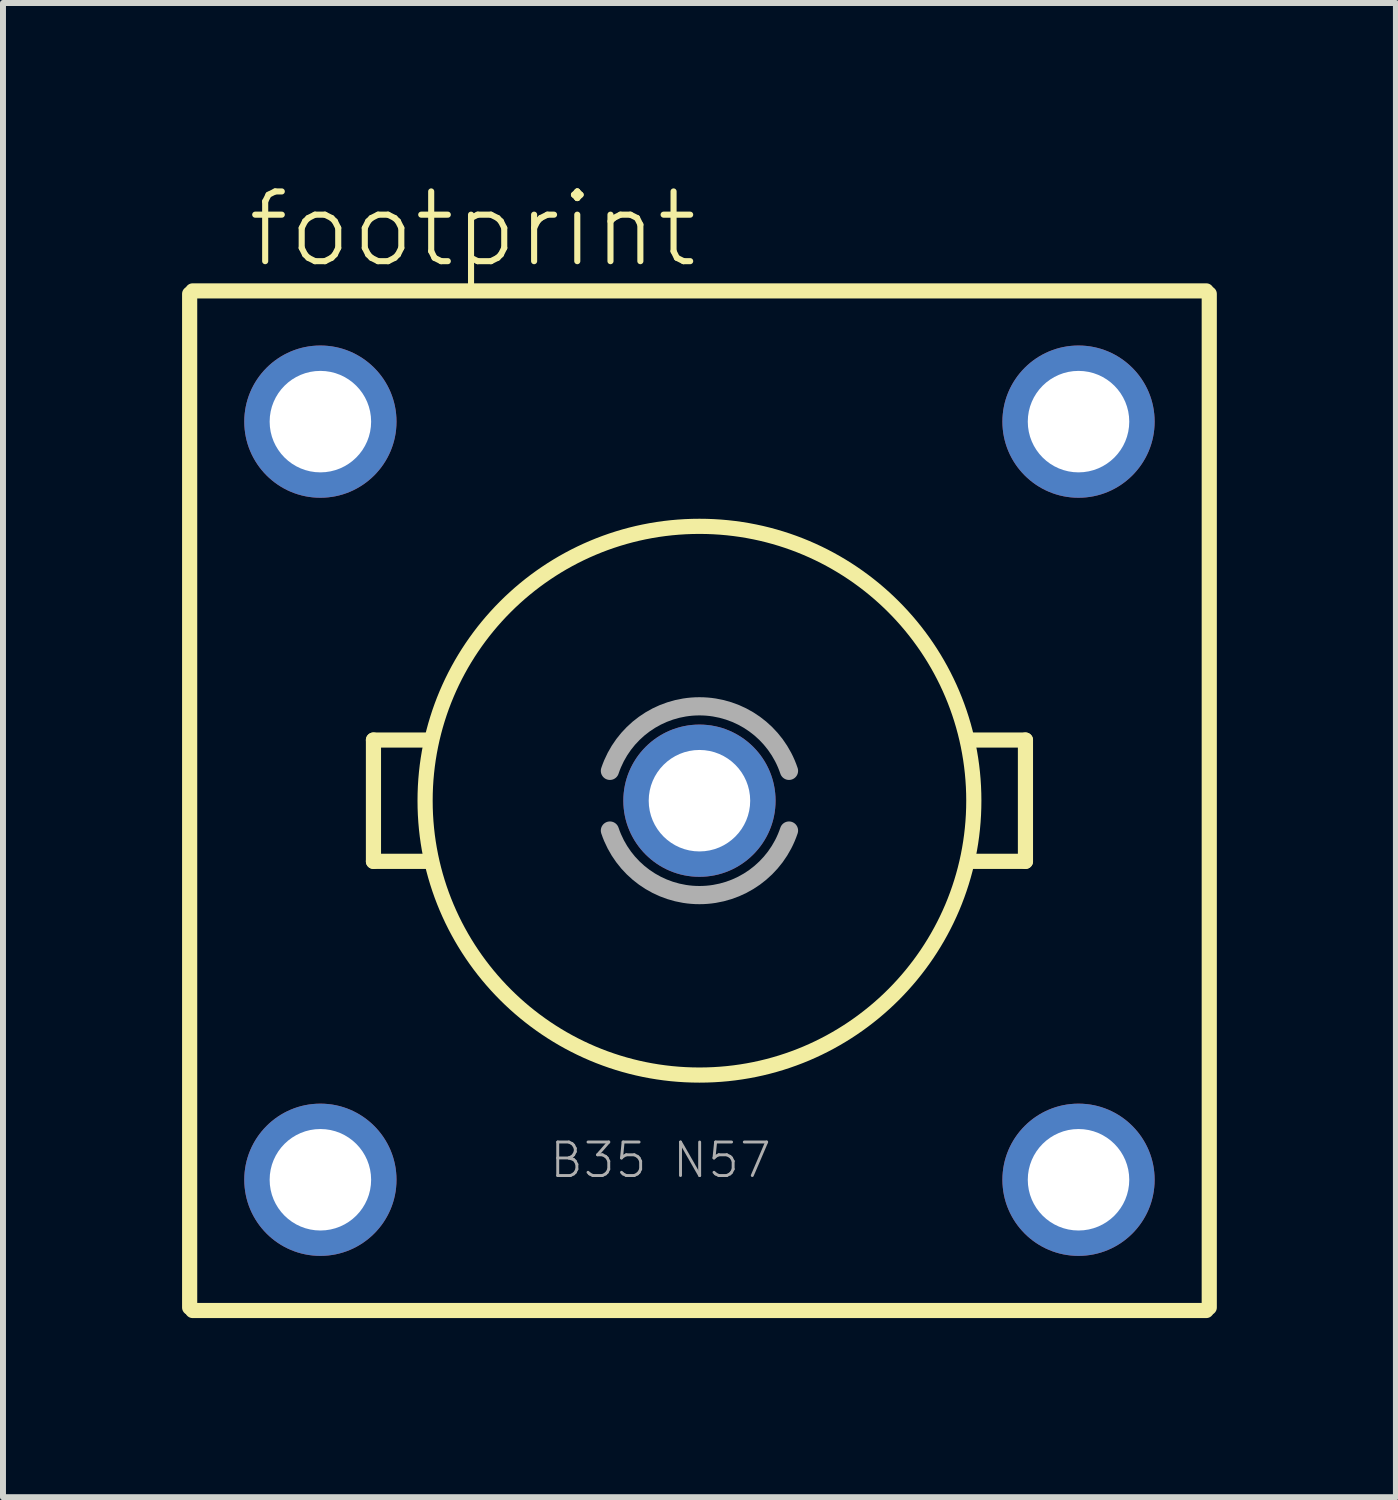
<source format=kicad_pcb>
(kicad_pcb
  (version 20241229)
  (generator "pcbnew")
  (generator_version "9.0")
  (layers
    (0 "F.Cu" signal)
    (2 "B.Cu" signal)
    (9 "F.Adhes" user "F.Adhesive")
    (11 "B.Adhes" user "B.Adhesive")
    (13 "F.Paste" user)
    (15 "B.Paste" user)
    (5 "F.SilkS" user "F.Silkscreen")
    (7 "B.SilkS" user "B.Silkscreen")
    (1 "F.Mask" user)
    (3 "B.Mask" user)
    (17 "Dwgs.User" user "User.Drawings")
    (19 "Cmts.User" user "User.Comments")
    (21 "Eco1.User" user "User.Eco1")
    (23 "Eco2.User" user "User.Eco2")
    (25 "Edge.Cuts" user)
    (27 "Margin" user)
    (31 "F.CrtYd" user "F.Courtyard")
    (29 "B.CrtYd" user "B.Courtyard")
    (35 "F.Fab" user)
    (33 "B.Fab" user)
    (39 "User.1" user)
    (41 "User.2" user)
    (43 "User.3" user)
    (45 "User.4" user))
  (footprint "footprint"
    (layer "F.Cu")
    (at 8.667 10.363)
    (property "Reference" "footprint" (at -7.62 -8.89 0) (layer "F.SilkS") (effects (font (size 1.168 1.168) (thickness 0.102)) (justify left bottom)))
    (fp_line (start -8.54 -8.49) (end -8.54 8.49) (stroke (width 0.254) (type solid)) (layer "F.SilkS"))
    (fp_line (start -8.49 8.54) (end 8.49 8.54) (stroke (width 0.254) (type solid)) (layer "F.SilkS"))
    (fp_line (start -5.461 -1.016) (end -5.461 1.016) (stroke (width 0.254) (type solid)) (layer "F.SilkS"))
    (fp_line (start -5.461 1.016) (end -4.572 1.016) (stroke (width 0.254) (type solid)) (layer "F.SilkS"))
    (fp_line (start -4.572 -1.016) (end -5.461 -1.016) (stroke (width 0.254) (type solid)) (layer "F.SilkS"))
    (fp_line (start 4.572 1.016) (end 5.461 1.016) (stroke (width 0.254) (type solid)) (layer "F.SilkS"))
    (fp_line (start 5.461 -1.016) (end 4.572 -1.016) (stroke (width 0.254) (type solid)) (layer "F.SilkS"))
    (fp_line (start 5.461 1.016) (end 5.461 -1.016) (stroke (width 0.254) (type solid)) (layer "F.SilkS"))
    (fp_line (start 8.49 -8.54) (end -8.49 -8.54) (stroke (width 0.254) (type solid)) (layer "F.SilkS"))
    (fp_line (start 8.54 8.49) (end 8.54 -8.49) (stroke (width 0.254) (type solid)) (layer "F.SilkS"))
    (fp_circle (center 0 0) (end 4.596 0) (stroke (width 0.254) (type solid)) (fill no) (layer "F.SilkS"))
    (fp_arc (start -1.5 -0.5) (mid 0 -1.581139) (end 1.5 -0.5) (stroke (width 0.3048) (type solid)) (layer "F.Fab"))
    (fp_arc (start 1.5 0.5) (mid 0 1.581139) (end -1.5 0.5) (stroke (width 0.3048) (type solid)) (layer "F.Fab"))
    (fp_text user "B35 N57" (at -2.54 6.35 0) (layer "F.Fab") (effects (font (size 0.561 0.561) (thickness 0.049)) (justify left bottom)))
    (pad "1" thru_hole circle (at 0 0) (size 2.55 2.55) (drill 1.7) (layers "*.Cu" "*.Mask"))
    (pad "2" thru_hole circle (at 6.35 -6.35) (size 2.55 2.55) (drill 1.7) (layers "*.Cu" "*.Mask"))
    (pad "3" thru_hole circle (at -6.35 -6.35) (size 2.55 2.55) (drill 1.7) (layers "*.Cu" "*.Mask"))
    (pad "4" thru_hole circle (at -6.35 6.35) (size 2.55 2.55) (drill 1.7) (layers "*.Cu" "*.Mask"))
    (pad "5" thru_hole circle (at 6.35 6.35) (size 2.55 2.55) (drill 1.7) (layers "*.Cu" "*.Mask")))
  (gr_rect
    (start -3 -3)
    (end 20.334 22.03)
    (stroke (width 0.1) (type default))
    (fill no)
    (layer "Edge.Cuts")))
</source>
